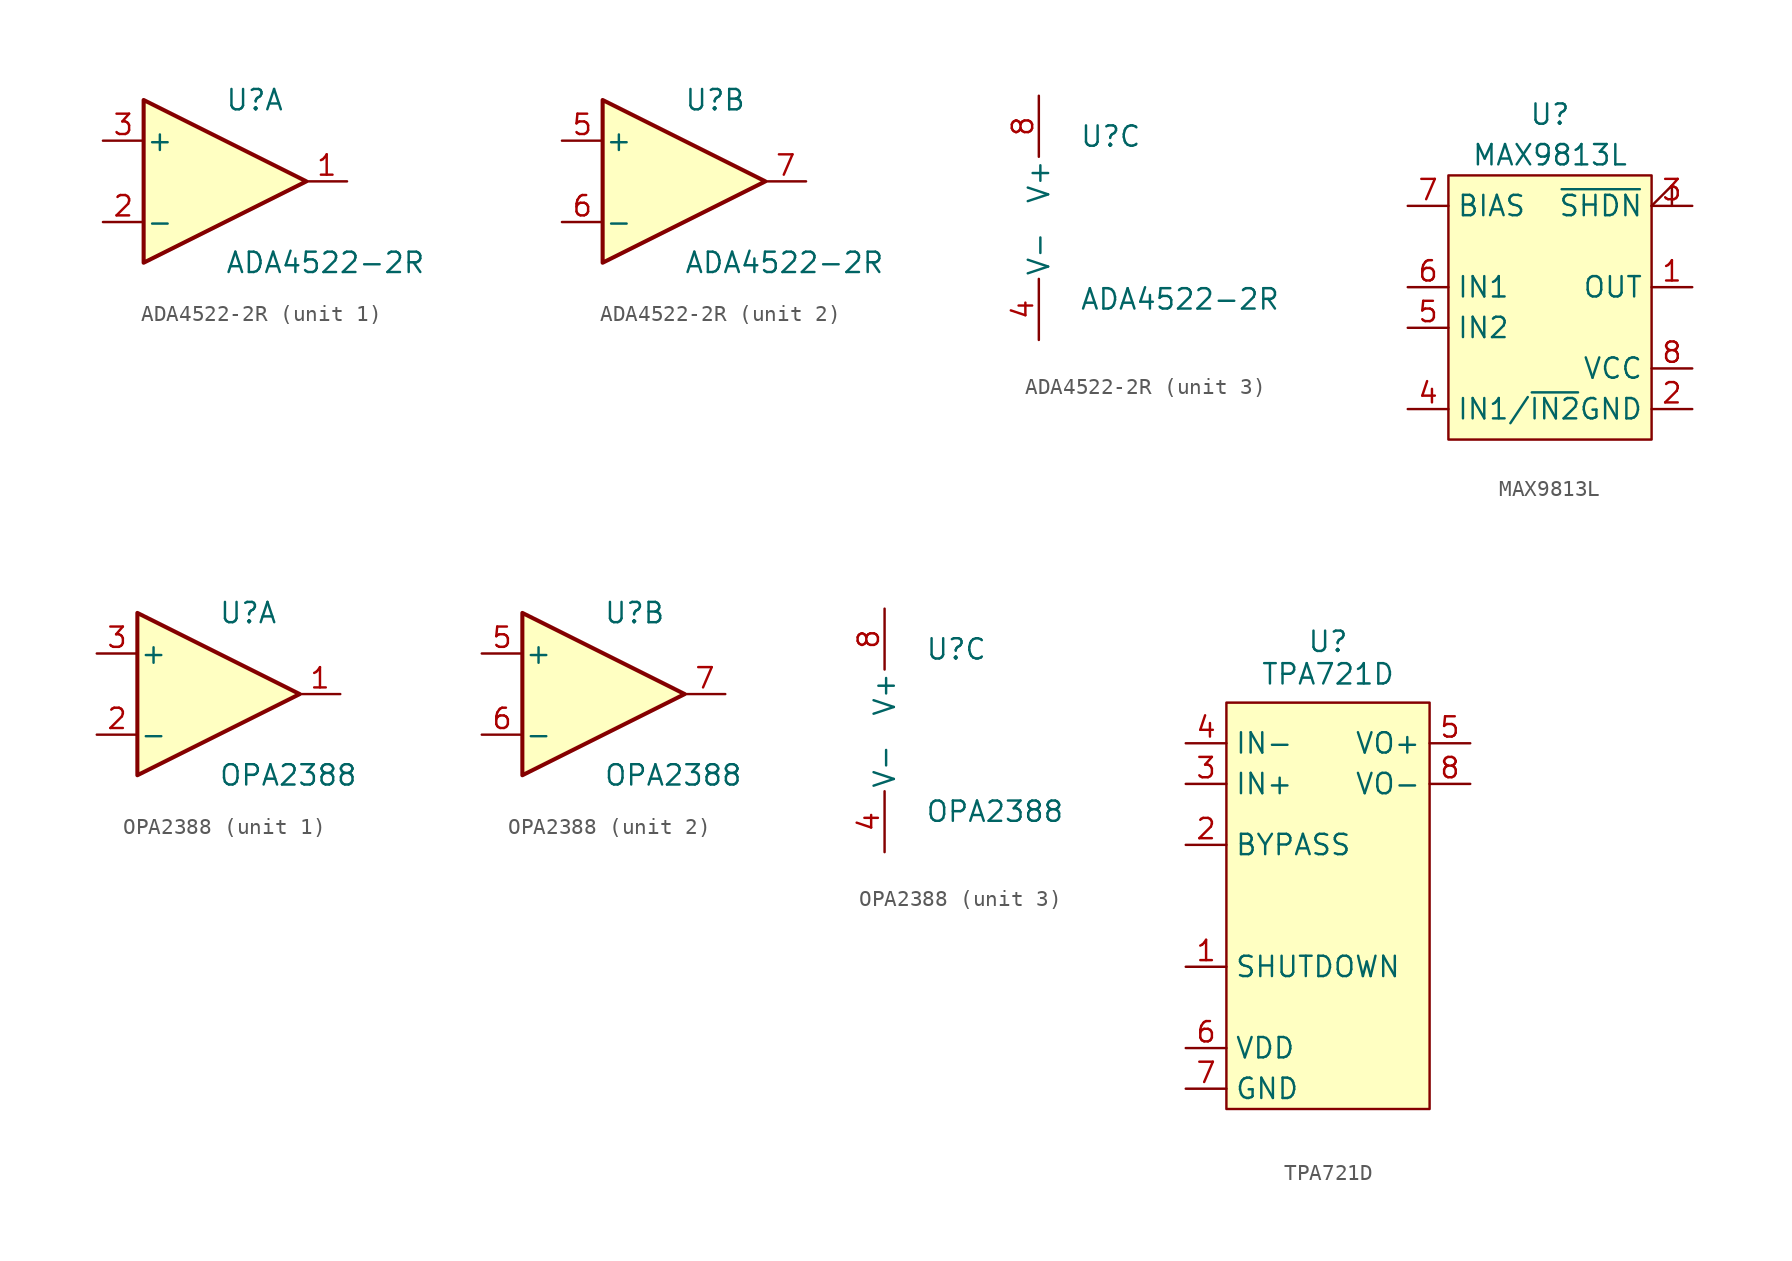
<source format=kicad_sym>
(kicad_symbol_lib
  (version 20231120)
  (generator "kicad_symbol_editor")
  (generator_version "8.0")
  (symbol "ADA4522-2R"
    (pin_names
      (offset 0.127))
    (property "Reference" "U"
      (at 0 5.08 0)
      (effects (font (size 1.27 1.27)) (justify left)))
    (property "Value" "ADA4522-2R"
      (at 0 -5.08 0)
      (effects (font (size 1.27 1.27)) (justify left)))
    (property "ki_locked" ""
      (at 0 0 0)
      (effects (font (size 1.27 1.27))))
    (symbol "ADA4522-2R_1_1"
      (polyline (pts (xy -5.08 5.08) (xy 5.08 0) (xy -5.08 -5.08) (xy -5.08 5.08)) (stroke (width 0.254) (type default)) (fill (type background)))
      (pin output line (at 7.62 0 180) (length 2.54) (name "~" (effects (font (size 1.27 1.27)))) (number "1" (effects (font (size 1.27 1.27)))))
      (pin input line (at -7.62 -2.54 0) (length 2.54) (name "-" (effects (font (size 1.27 1.27)))) (number "2" (effects (font (size 1.27 1.27)))))
      (pin input line (at -7.62 2.54 0) (length 2.54) (name "+" (effects (font (size 1.27 1.27)))) (number "3" (effects (font (size 1.27 1.27))))))
    (symbol "ADA4522-2R_2_1"
      (polyline (pts (xy -5.08 5.08) (xy 5.08 0) (xy -5.08 -5.08) (xy -5.08 5.08)) (stroke (width 0.254) (type default)) (fill (type background)))
      (pin input line (at -7.62 2.54 0) (length 2.54) (name "+" (effects (font (size 1.27 1.27)))) (number "5" (effects (font (size 1.27 1.27)))))
      (pin input line (at -7.62 -2.54 0) (length 2.54) (name "-" (effects (font (size 1.27 1.27)))) (number "6" (effects (font (size 1.27 1.27)))))
      (pin output line (at 7.62 0 180) (length 2.54) (name "~" (effects (font (size 1.27 1.27)))) (number "7" (effects (font (size 1.27 1.27))))))
    (symbol "ADA4522-2R_3_1"
      (pin power_in line (at -2.54 -7.62 90) (length 3.81) (name "V-" (effects (font (size 1.27 1.27)))) (number "4" (effects (font (size 1.27 1.27)))))
      (pin power_in line (at -2.54 7.62 270) (length 3.81) (name "V+" (effects (font (size 1.27 1.27)))) (number "8" (effects (font (size 1.27 1.27)))))))
  (symbol "MAX9813L"
    (property "Reference" "U"
      (at 0 3.81 0)
      (effects (font (size 1.27 1.27))))
    (property "Value" "MAX9813L"
      (at 0 1.27 0)
      (effects (font (size 1.27 1.27))))
    (symbol "MAX9813L_1_1"
      (rectangle (start -6.35 0) (end 6.35 -16.51) (stroke (width 0) (type default)) (fill (type background)))
      (pin output line (at 8.89 -6.985 180) (length 2.54) (name "OUT" (effects (font (size 1.27 1.27)))) (number "1" (effects (font (size 1.27 1.27)))))
      (pin power_in line (at 8.89 -14.605 180) (length 2.54) (name "GND" (effects (font (size 1.27 1.27)))) (number "2" (effects (font (size 1.27 1.27)))))
      (pin input input_low (at 8.89 -1.905 180) (length 2.54) (name "~{SHDN}" (effects (font (size 1.27 1.27)))) (number "3" (effects (font (size 1.27 1.27)))))
      (pin input line (at -8.89 -14.605 0) (length 2.54) (name "IN1/~{IN2}" (effects (font (size 1.27 1.27)))) (number "4" (effects (font (size 1.27 1.27)))))
      (pin input line (at -8.89 -9.525 0) (length 2.54) (name "IN2" (effects (font (size 1.27 1.27)))) (number "5" (effects (font (size 1.27 1.27)))))
      (pin input line (at -8.89 -6.985 0) (length 2.54) (name "IN1" (effects (font (size 1.27 1.27)))) (number "6" (effects (font (size 1.27 1.27)))))
      (pin power_out line (at -8.89 -1.905 0) (length 2.54) (name "BIAS" (effects (font (size 1.27 1.27)))) (number "7" (effects (font (size 1.27 1.27)))))
      (pin power_in line (at 8.89 -12.065 180) (length 2.54) (name "VCC" (effects (font (size 1.27 1.27)))) (number "8" (effects (font (size 1.27 1.27)))))))
  (symbol "OPA2388"
    (pin_names
      (offset 0.127))
    (property "Reference" "U"
      (at 0 5.08 0)
      (effects (font (size 1.27 1.27)) (justify left)))
    (property "Value" "OPA2388"
      (at 0 -5.08 0)
      (effects (font (size 1.27 1.27)) (justify left)))
    (property "ki_locked" ""
      (at 0 0 0)
      (effects (font (size 1.27 1.27))))
    (symbol "OPA2388_1_1"
      (polyline (pts (xy -5.08 5.08) (xy 5.08 0) (xy -5.08 -5.08) (xy -5.08 5.08)) (stroke (width 0.254) (type default)) (fill (type background)))
      (pin output line (at 7.62 0 180) (length 2.54) (name "~" (effects (font (size 1.27 1.27)))) (number "1" (effects (font (size 1.27 1.27)))))
      (pin input line (at -7.62 -2.54 0) (length 2.54) (name "-" (effects (font (size 1.27 1.27)))) (number "2" (effects (font (size 1.27 1.27)))))
      (pin input line (at -7.62 2.54 0) (length 2.54) (name "+" (effects (font (size 1.27 1.27)))) (number "3" (effects (font (size 1.27 1.27))))))
    (symbol "OPA2388_2_1"
      (polyline (pts (xy -5.08 5.08) (xy 5.08 0) (xy -5.08 -5.08) (xy -5.08 5.08)) (stroke (width 0.254) (type default)) (fill (type background)))
      (pin input line (at -7.62 2.54 0) (length 2.54) (name "+" (effects (font (size 1.27 1.27)))) (number "5" (effects (font (size 1.27 1.27)))))
      (pin input line (at -7.62 -2.54 0) (length 2.54) (name "-" (effects (font (size 1.27 1.27)))) (number "6" (effects (font (size 1.27 1.27)))))
      (pin output line (at 7.62 0 180) (length 2.54) (name "~" (effects (font (size 1.27 1.27)))) (number "7" (effects (font (size 1.27 1.27))))))
    (symbol "OPA2388_3_1"
      (pin power_in line (at -2.54 -7.62 90) (length 3.81) (name "V-" (effects (font (size 1.27 1.27)))) (number "4" (effects (font (size 1.27 1.27)))))
      (pin power_in line (at -2.54 7.62 270) (length 3.81) (name "V+" (effects (font (size 1.27 1.27)))) (number "8" (effects (font (size 1.27 1.27)))))))
  (symbol "TPA721D"
    (property "Reference" "U"
      (at 0 3.81 0)
      (effects (font (size 1.27 1.27))))
    (property "Value" "TPA721D"
      (at 0 1.778 0)
      (effects (font (size 1.27 1.27))))
    (symbol "TPA721D_1_1"
      (rectangle (start -6.35 0) (end 6.35 -25.4) (stroke (width 0) (type default)) (fill (type background)))
      (pin input line (at -8.89 -16.51 0) (length 2.54) (name "SHUTDOWN" (effects (font (size 1.27 1.27)))) (number "1" (effects (font (size 1.27 1.27)))))
      (pin input line (at -8.89 -8.89 0) (length 2.54) (name "BYPASS" (effects (font (size 1.27 1.27)))) (number "2" (effects (font (size 1.27 1.27)))))
      (pin input line (at -8.89 -5.08 0) (length 2.54) (name "IN+" (effects (font (size 1.27 1.27)))) (number "3" (effects (font (size 1.27 1.27)))))
      (pin input line (at -8.89 -2.54 0) (length 2.54) (name "IN-" (effects (font (size 1.27 1.27)))) (number "4" (effects (font (size 1.27 1.27)))))
      (pin output line (at 8.89 -2.54 180) (length 2.54) (name "VO+" (effects (font (size 1.27 1.27)))) (number "5" (effects (font (size 1.27 1.27)))))
      (pin power_in line (at -8.89 -21.59 0) (length 2.54) (name "VDD" (effects (font (size 1.27 1.27)))) (number "6" (effects (font (size 1.27 1.27)))))
      (pin power_in line (at -8.89 -24.13 0) (length 2.54) (name "GND" (effects (font (size 1.27 1.27)))) (number "7" (effects (font (size 1.27 1.27)))))
      (pin output line (at 8.89 -5.08 180) (length 2.54) (name "VO-" (effects (font (size 1.27 1.27)))) (number "8" (effects (font (size 1.27 1.27))))))))
</source>
